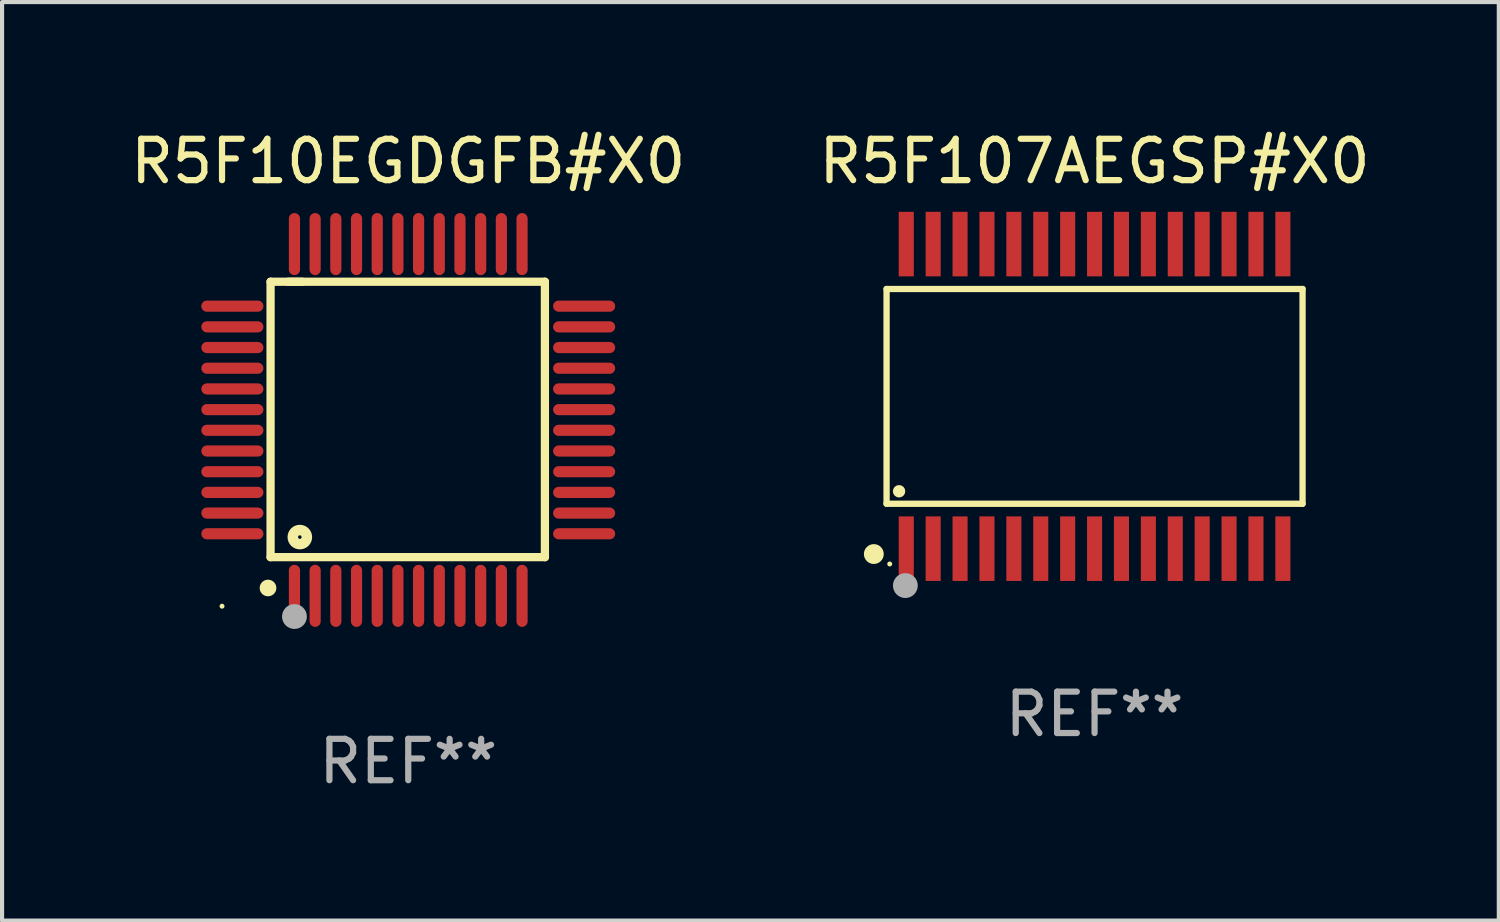
<source format=kicad_pcb>
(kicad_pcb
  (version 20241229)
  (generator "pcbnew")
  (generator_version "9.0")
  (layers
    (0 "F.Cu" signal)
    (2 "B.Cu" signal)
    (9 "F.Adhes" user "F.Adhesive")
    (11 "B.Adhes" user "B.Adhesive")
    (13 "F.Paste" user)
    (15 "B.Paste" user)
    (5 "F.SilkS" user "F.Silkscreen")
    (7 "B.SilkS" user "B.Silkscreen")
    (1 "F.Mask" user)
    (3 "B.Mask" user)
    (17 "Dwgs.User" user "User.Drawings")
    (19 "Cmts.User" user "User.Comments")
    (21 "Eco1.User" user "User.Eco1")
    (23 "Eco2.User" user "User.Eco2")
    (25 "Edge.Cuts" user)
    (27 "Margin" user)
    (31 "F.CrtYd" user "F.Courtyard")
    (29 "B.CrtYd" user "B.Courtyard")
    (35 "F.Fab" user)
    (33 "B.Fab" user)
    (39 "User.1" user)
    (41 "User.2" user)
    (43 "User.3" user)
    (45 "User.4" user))
  (footprint "R5F10EGDGFB#X0"
    (layer "F.Cu")
    (at 6.815 7.098)
    (property "Reference" "R5F10EGDGFB#X0" (at 0 -6.25 0) (layer "F.SilkS") (effects (font (size 1 1) (thickness 0.15))))
    (attr through_hole)
    (fp_line (start -3.327 -3.34) (end -2.565 -3.34) (stroke (width 0.2) (type solid)) (layer "F.SilkS"))
    (fp_line (start -3.327 3.315) (end -3.327 -3.34) (stroke (width 0.2) (type solid)) (layer "F.SilkS"))
    (fp_line (start -2.896 -3.34) (end 3.302 -3.34) (stroke (width 0.2) (type solid)) (layer "F.SilkS"))
    (fp_line (start 3.302 -3.34) (end 3.302 3.315) (stroke (width 0.2) (type solid)) (layer "F.SilkS"))
    (fp_line (start 3.302 3.315) (end -3.327 3.315) (stroke (width 0.2) (type solid)) (layer "F.SilkS"))
    (fp_arc (start -3.389992 4.059995) (mid -3.388722 4.059991) (end -3.387452 4.059995) (stroke (width 0.4) (type solid)) (layer "F.SilkS"))
    (fp_circle (center -4.5 4.5) (end -4.47 4.5) (stroke (width 0.06) (type solid)) (fill no) (layer "F.SilkS"))
    (fp_circle (center -2.62 2.83) (end -2.45 2.83) (stroke (width 0.254) (type solid)) (fill no) (layer "F.SilkS"))
    (fp_circle (center -2.75 4.75) (end -2.6 4.75) (stroke (width 0.3) (type solid)) (fill no) (layer "F.Fab"))
    (fp_text user "REF**" (at 0 8.25 0) (layer "F.Fab") (effects (font (size 1 1) (thickness 0.15))))
    (pad "1" smd oval (at -2.75 4.25) (size 0.27 1.5) (layers "F.Cu" "F.Mask" "F.Paste"))
    (pad "2" smd oval (at -2.25 4.25) (size 0.27 1.5) (layers "F.Cu" "F.Mask" "F.Paste"))
    (pad "3" smd oval (at -1.75 4.25) (size 0.27 1.5) (layers "F.Cu" "F.Mask" "F.Paste"))
    (pad "4" smd oval (at -1.25 4.25) (size 0.27 1.5) (layers "F.Cu" "F.Mask" "F.Paste"))
    (pad "5" smd oval (at -0.75 4.25) (size 0.27 1.5) (layers "F.Cu" "F.Mask" "F.Paste"))
    (pad "6" smd oval (at -0.25 4.25) (size 0.27 1.5) (layers "F.Cu" "F.Mask" "F.Paste"))
    (pad "7" smd oval (at 0.25 4.25) (size 0.27 1.5) (layers "F.Cu" "F.Mask" "F.Paste"))
    (pad "8" smd oval (at 0.75 4.25) (size 0.27 1.5) (layers "F.Cu" "F.Mask" "F.Paste"))
    (pad "9" smd oval (at 1.25 4.25) (size 0.27 1.5) (layers "F.Cu" "F.Mask" "F.Paste"))
    (pad "10" smd oval (at 1.75 4.25) (size 0.27 1.5) (layers "F.Cu" "F.Mask" "F.Paste"))
    (pad "11" smd oval (at 2.25 4.25) (size 0.27 1.5) (layers "F.Cu" "F.Mask" "F.Paste"))
    (pad "12" smd oval (at 2.75 4.25) (size 0.27 1.5) (layers "F.Cu" "F.Mask" "F.Paste"))
    (pad "13" smd oval (at 4.25 2.75) (size 1.5 0.27) (layers "F.Cu" "F.Mask" "F.Paste"))
    (pad "14" smd oval (at 4.25 2.25) (size 1.5 0.27) (layers "F.Cu" "F.Mask" "F.Paste"))
    (pad "15" smd oval (at 4.25 1.75) (size 1.5 0.27) (layers "F.Cu" "F.Mask" "F.Paste"))
    (pad "16" smd oval (at 4.25 1.25) (size 1.5 0.27) (layers "F.Cu" "F.Mask" "F.Paste"))
    (pad "17" smd oval (at 4.25 0.75) (size 1.5 0.27) (layers "F.Cu" "F.Mask" "F.Paste"))
    (pad "18" smd oval (at 4.25 0.25) (size 1.5 0.27) (layers "F.Cu" "F.Mask" "F.Paste"))
    (pad "19" smd oval (at 4.25 -0.25) (size 1.5 0.27) (layers "F.Cu" "F.Mask" "F.Paste"))
    (pad "20" smd oval (at 4.25 -0.75) (size 1.5 0.27) (layers "F.Cu" "F.Mask" "F.Paste"))
    (pad "21" smd oval (at 4.25 -1.25) (size 1.5 0.27) (layers "F.Cu" "F.Mask" "F.Paste"))
    (pad "22" smd oval (at 4.25 -1.75) (size 1.5 0.27) (layers "F.Cu" "F.Mask" "F.Paste"))
    (pad "23" smd oval (at 4.25 -2.25) (size 1.5 0.27) (layers "F.Cu" "F.Mask" "F.Paste"))
    (pad "24" smd oval (at 4.25 -2.75) (size 1.5 0.27) (layers "F.Cu" "F.Mask" "F.Paste"))
    (pad "25" smd oval (at 2.75 -4.25) (size 0.27 1.5) (layers "F.Cu" "F.Mask" "F.Paste"))
    (pad "26" smd oval (at 2.25 -4.25) (size 0.27 1.5) (layers "F.Cu" "F.Mask" "F.Paste"))
    (pad "27" smd oval (at 1.75 -4.25) (size 0.27 1.5) (layers "F.Cu" "F.Mask" "F.Paste"))
    (pad "28" smd oval (at 1.25 -4.25) (size 0.27 1.5) (layers "F.Cu" "F.Mask" "F.Paste"))
    (pad "29" smd oval (at 0.75 -4.25) (size 0.27 1.5) (layers "F.Cu" "F.Mask" "F.Paste"))
    (pad "30" smd oval (at 0.25 -4.25) (size 0.27 1.5) (layers "F.Cu" "F.Mask" "F.Paste"))
    (pad "31" smd oval (at -0.25 -4.25) (size 0.27 1.5) (layers "F.Cu" "F.Mask" "F.Paste"))
    (pad "32" smd oval (at -0.75 -4.25) (size 0.27 1.5) (layers "F.Cu" "F.Mask" "F.Paste"))
    (pad "33" smd oval (at -1.25 -4.25) (size 0.27 1.5) (layers "F.Cu" "F.Mask" "F.Paste"))
    (pad "34" smd oval (at -1.75 -4.25) (size 0.27 1.5) (layers "F.Cu" "F.Mask" "F.Paste"))
    (pad "35" smd oval (at -2.25 -4.25) (size 0.27 1.5) (layers "F.Cu" "F.Mask" "F.Paste"))
    (pad "36" smd oval (at -2.75 -4.25) (size 0.27 1.5) (layers "F.Cu" "F.Mask" "F.Paste"))
    (pad "37" smd oval (at -4.25 -2.75) (size 1.5 0.27) (layers "F.Cu" "F.Mask" "F.Paste"))
    (pad "38" smd oval (at -4.25 -2.25) (size 1.5 0.27) (layers "F.Cu" "F.Mask" "F.Paste"))
    (pad "39" smd oval (at -4.25 -1.75) (size 1.5 0.27) (layers "F.Cu" "F.Mask" "F.Paste"))
    (pad "40" smd oval (at -4.25 -1.25) (size 1.5 0.27) (layers "F.Cu" "F.Mask" "F.Paste"))
    (pad "41" smd oval (at -4.25 -0.75) (size 1.5 0.27) (layers "F.Cu" "F.Mask" "F.Paste"))
    (pad "42" smd oval (at -4.25 -0.25) (size 1.5 0.27) (layers "F.Cu" "F.Mask" "F.Paste"))
    (pad "43" smd oval (at -4.25 0.25) (size 1.5 0.27) (layers "F.Cu" "F.Mask" "F.Paste"))
    (pad "44" smd oval (at -4.25 0.75) (size 1.5 0.27) (layers "F.Cu" "F.Mask" "F.Paste"))
    (pad "45" smd oval (at -4.25 1.25) (size 1.5 0.27) (layers "F.Cu" "F.Mask" "F.Paste"))
    (pad "46" smd oval (at -4.25 1.75) (size 1.5 0.27) (layers "F.Cu" "F.Mask" "F.Paste"))
    (pad "47" smd oval (at -4.25 2.25) (size 1.5 0.27) (layers "F.Cu" "F.Mask" "F.Paste"))
    (pad "48" smd oval (at -4.25 2.75) (size 1.5 0.27) (layers "F.Cu" "F.Mask" "F.Paste")))
  (footprint "R5F107AEGSP#X0"
    (layer "F.Cu")
    (at 23.399 6.528)
    (property "Reference" "R5F107AEGSP#X0" (at 0 -5.68 0) (layer "F.SilkS") (effects (font (size 1 1) (thickness 0.15))))
    (attr through_hole)
    (fp_line (start -5.026 -2.595) (end 5.026 -2.595) (stroke (width 0.152) (type solid)) (layer "F.SilkS"))
    (fp_line (start -5.026 2.595) (end -5.026 -2.595) (stroke (width 0.152) (type solid)) (layer "F.SilkS"))
    (fp_line (start 5.026 -2.595) (end 5.026 2.595) (stroke (width 0.152) (type solid)) (layer "F.SilkS"))
    (fp_line (start 5.026 2.595) (end -5.026 2.595) (stroke (width 0.152) (type solid)) (layer "F.SilkS"))
    (fp_circle (center -5.334 3.81) (end -5.214 3.81) (stroke (width 0.24) (type solid)) (fill no) (layer "F.SilkS"))
    (fp_circle (center -4.95 4.05) (end -4.92 4.05) (stroke (width 0.06) (type solid)) (fill no) (layer "F.SilkS"))
    (fp_circle (center -4.724 2.293) (end -4.649 2.293) (stroke (width 0.15) (type solid)) (fill no) (layer "F.SilkS"))
    (fp_circle (center -4.572 4.572) (end -4.422 4.572) (stroke (width 0.3) (type solid)) (fill no) (layer "F.Fab"))
    (fp_text user "REF**" (at 0 7.68 0) (layer "F.Fab") (effects (font (size 1 1) (thickness 0.15))))
    (pad "1" smd rect (at -4.55 3.68) (size 0.364 1.56) (layers "F.Cu" "F.Mask" "F.Paste"))
    (pad "2" smd rect (at -3.9 3.68) (size 0.364 1.56) (layers "F.Cu" "F.Mask" "F.Paste"))
    (pad "3" smd rect (at -3.25 3.68) (size 0.364 1.56) (layers "F.Cu" "F.Mask" "F.Paste"))
    (pad "4" smd rect (at -2.6 3.68) (size 0.364 1.56) (layers "F.Cu" "F.Mask" "F.Paste"))
    (pad "5" smd rect (at -1.95 3.68) (size 0.364 1.56) (layers "F.Cu" "F.Mask" "F.Paste"))
    (pad "6" smd rect (at -1.3 3.68) (size 0.364 1.56) (layers "F.Cu" "F.Mask" "F.Paste"))
    (pad "7" smd rect (at -0.65 3.68) (size 0.364 1.56) (layers "F.Cu" "F.Mask" "F.Paste"))
    (pad "8" smd rect (at -0.000013 3.68) (size 0.364 1.56) (layers "F.Cu" "F.Mask" "F.Paste"))
    (pad "9" smd rect (at 0.65 3.68) (size 0.364 1.56) (layers "F.Cu" "F.Mask" "F.Paste"))
    (pad "10" smd rect (at 1.3 3.68) (size 0.364 1.56) (layers "F.Cu" "F.Mask" "F.Paste"))
    (pad "11" smd rect (at 1.95 3.68) (size 0.364 1.56) (layers "F.Cu" "F.Mask" "F.Paste"))
    (pad "12" smd rect (at 2.6 3.68) (size 0.364 1.56) (layers "F.Cu" "F.Mask" "F.Paste"))
    (pad "13" smd rect (at 3.25 3.68) (size 0.364 1.56) (layers "F.Cu" "F.Mask" "F.Paste"))
    (pad "14" smd rect (at 3.9 3.68) (size 0.364 1.56) (layers "F.Cu" "F.Mask" "F.Paste"))
    (pad "15" smd rect (at 4.55 3.68) (size 0.364 1.56) (layers "F.Cu" "F.Mask" "F.Paste"))
    (pad "16" smd rect (at 4.55 -3.68) (size 0.364 1.56) (layers "F.Cu" "F.Mask" "F.Paste"))
    (pad "17" smd rect (at 3.9 -3.68) (size 0.364 1.56) (layers "F.Cu" "F.Mask" "F.Paste"))
    (pad "18" smd rect (at 3.25 -3.68) (size 0.364 1.56) (layers "F.Cu" "F.Mask" "F.Paste"))
    (pad "19" smd rect (at 2.6 -3.68) (size 0.364 1.56) (layers "F.Cu" "F.Mask" "F.Paste"))
    (pad "20" smd rect (at 1.95 -3.68) (size 0.364 1.56) (layers "F.Cu" "F.Mask" "F.Paste"))
    (pad "21" smd rect (at 1.3 -3.68) (size 0.364 1.56) (layers "F.Cu" "F.Mask" "F.Paste"))
    (pad "22" smd rect (at 0.65 -3.68) (size 0.364 1.56) (layers "F.Cu" "F.Mask" "F.Paste"))
    (pad "23" smd rect (at -0.000013 -3.68) (size 0.364 1.56) (layers "F.Cu" "F.Mask" "F.Paste"))
    (pad "24" smd rect (at -0.65 -3.68) (size 0.364 1.56) (layers "F.Cu" "F.Mask" "F.Paste"))
    (pad "25" smd rect (at -1.3 -3.68) (size 0.364 1.56) (layers "F.Cu" "F.Mask" "F.Paste"))
    (pad "26" smd rect (at -1.95 -3.68) (size 0.364 1.56) (layers "F.Cu" "F.Mask" "F.Paste"))
    (pad "27" smd rect (at -2.6 -3.68) (size 0.364 1.56) (layers "F.Cu" "F.Mask" "F.Paste"))
    (pad "28" smd rect (at -3.25 -3.68) (size 0.364 1.56) (layers "F.Cu" "F.Mask" "F.Paste"))
    (pad "29" smd rect (at -3.9 -3.68) (size 0.364 1.56) (layers "F.Cu" "F.Mask" "F.Paste"))
    (pad "30" smd rect (at -4.55 -3.68) (size 0.364 1.56) (layers "F.Cu" "F.Mask" "F.Paste")))
  (gr_rect
    (start -3 -3)
    (end 33.167 19.196)
    (stroke (width 0.1) (type default))
    (fill no)
    (layer "Edge.Cuts")))
</source>
